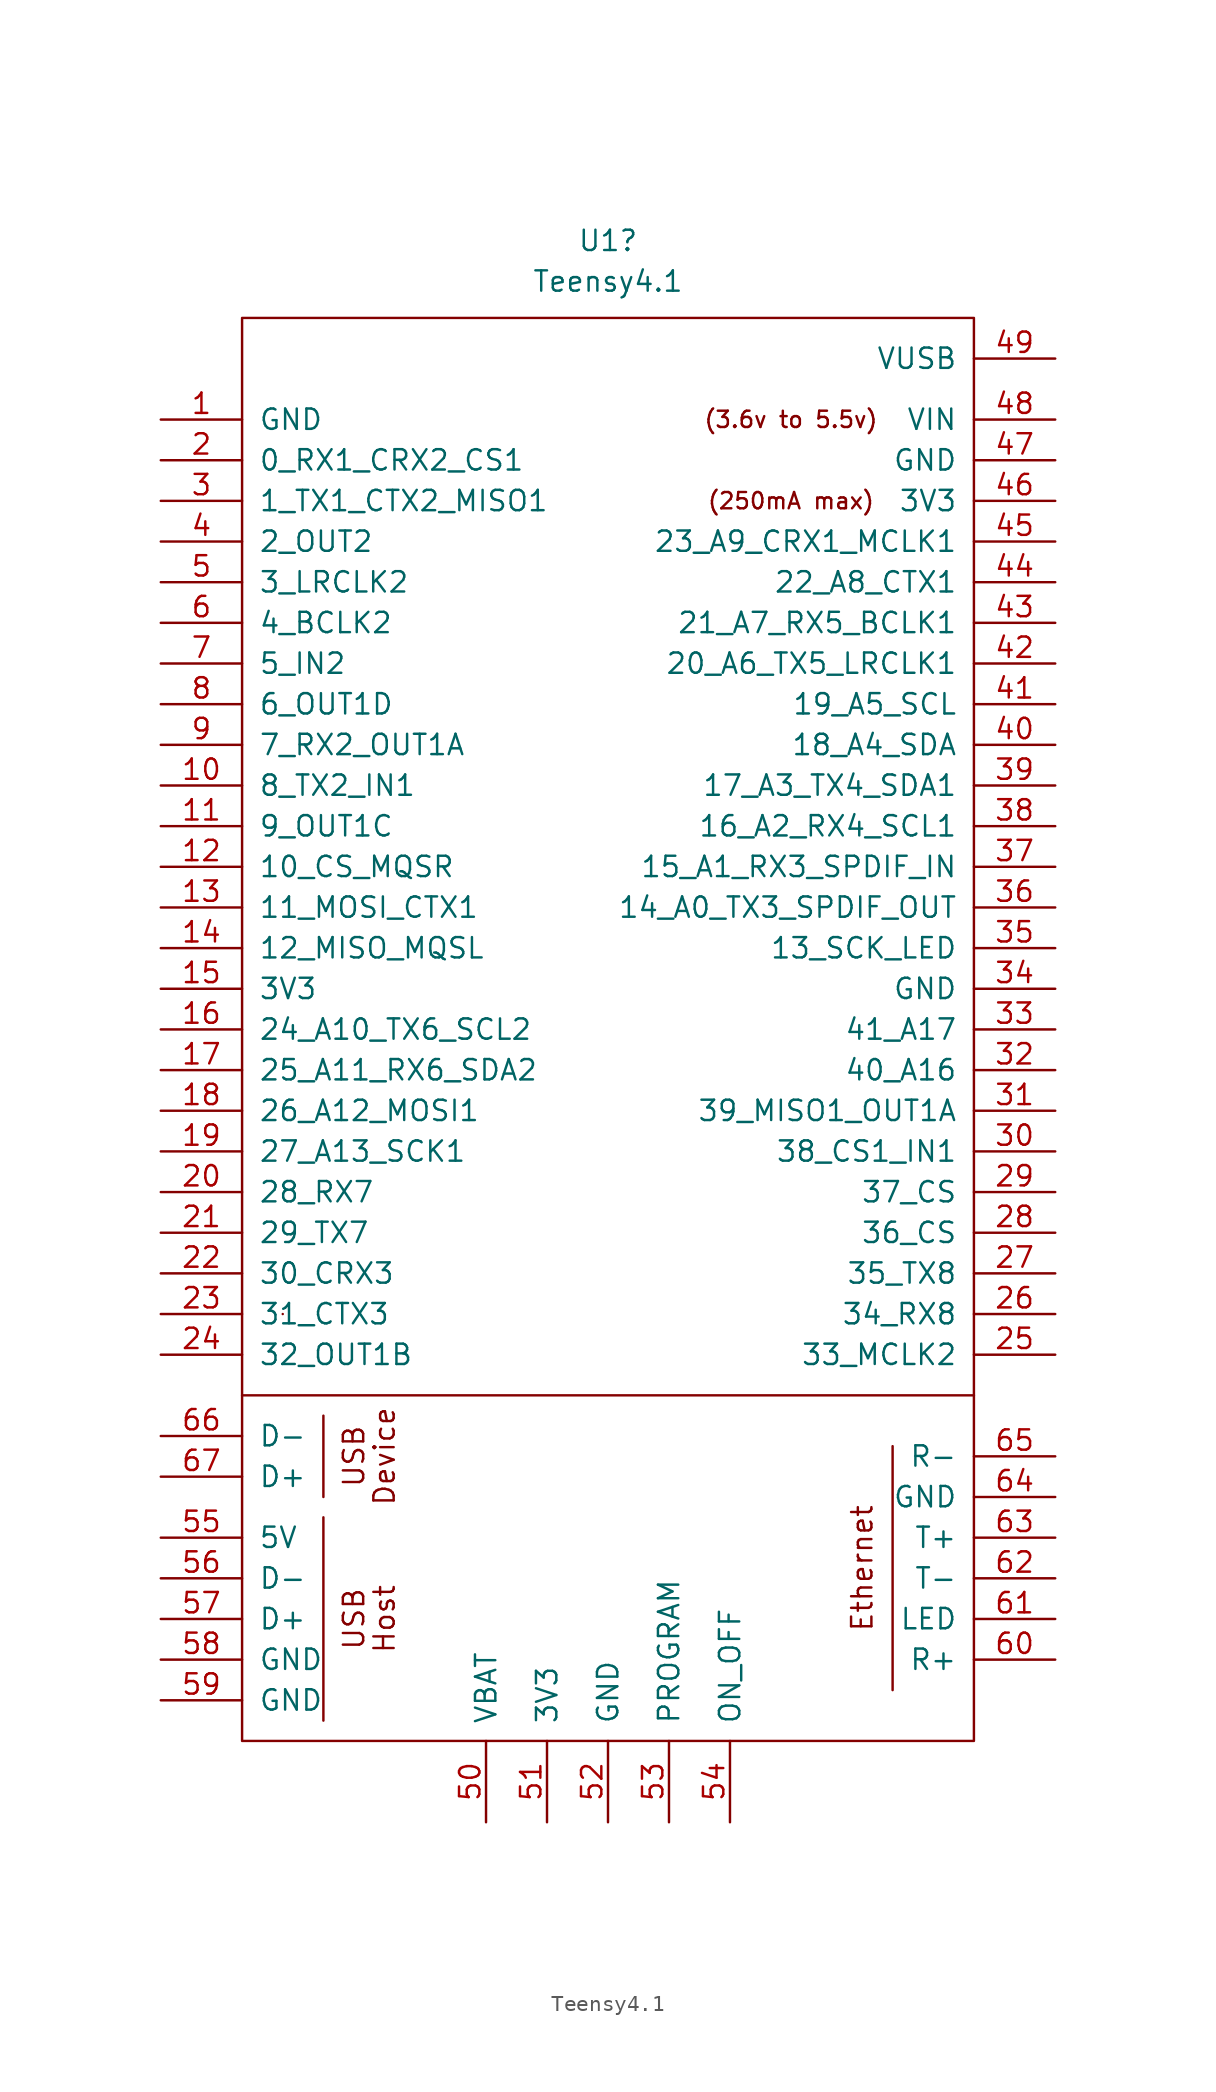
<source format=kicad_sym>
(kicad_symbol_lib
  (version 20231120)
  (generator "kicad_symbol_editor")
  (generator_version "8.0")
  (symbol "Teensy4.1"
    (pin_names
      (offset 1.016))
    (property "Reference" "U1"
      (at 0 65.782 0)
      (effects (font (size 1.27 1.27))))
    (property "Value" "Teensy4.1"
      (at 0 63.242 0)
      (effects (font (size 1.27 1.27))))
    (symbol "Teensy4.1_0_0"
      (polyline (pts (xy -22.86 -6.35) (xy 22.86 -6.35)) (stroke (width 0) (type default)) (fill (type none)))
      (polyline (pts (xy -17.78 -26.67) (xy -17.78 -13.97)) (stroke (width 0) (type default)) (fill (type none)))
      (polyline (pts (xy -17.78 -7.62) (xy -17.78 -12.7)) (stroke (width 0) (type default)) (fill (type none)))
      (polyline (pts (xy 17.78 -9.525) (xy 17.78 -24.765)) (stroke (width 0) (type default)) (fill (type none)))
      (text "(250mA max)" (at 11.43 49.53 0) (effects (font (size 1.016 1.016))))
      (text "(3.6v to 5.5v)" (at 11.43 54.61 0) (effects (font (size 1.016 1.016))))
      (text "Device" (at -13.97 -10.16 900) (effects (font (size 1.27 1.27))))
      (text "Ethernet" (at 15.875 -17.145 900) (effects (font (size 1.27 1.27))))
      (text "Host" (at -13.97 -20.32 900) (effects (font (size 1.27 1.27))))
      (text "USB" (at -15.875 -20.32 900) (effects (font (size 1.27 1.27))))
      (text "USB" (at -15.875 -10.16 900) (effects (font (size 1.27 1.27))))
      (pin bidirectional line (at -27.94 31.75 0) (length 5.08) (name "8_TX2_IN1" (effects (font (size 1.27 1.27)))) (number "10" (effects (font (size 1.27 1.27)))))
      (pin bidirectional line (at -27.94 29.21 0) (length 5.08) (name "9_OUT1C" (effects (font (size 1.27 1.27)))) (number "11" (effects (font (size 1.27 1.27)))))
      (pin bidirectional line (at -27.94 26.67 0) (length 5.08) (name "10_CS_MQSR" (effects (font (size 1.27 1.27)))) (number "12" (effects (font (size 1.27 1.27)))))
      (pin bidirectional line (at -27.94 24.13 0) (length 5.08) (name "11_MOSI_CTX1" (effects (font (size 1.27 1.27)))) (number "13" (effects (font (size 1.27 1.27)))))
      (pin bidirectional line (at -27.94 21.59 0) (length 5.08) (name "12_MISO_MQSL" (effects (font (size 1.27 1.27)))) (number "14" (effects (font (size 1.27 1.27)))))
      (pin power_in line (at -27.94 19.05 0) (length 5.08) (name "3V3" (effects (font (size 1.27 1.27)))) (number "15" (effects (font (size 1.27 1.27)))))
      (pin bidirectional line (at -27.94 16.51 0) (length 5.08) (name "24_A10_TX6_SCL2" (effects (font (size 1.27 1.27)))) (number "16" (effects (font (size 1.27 1.27)))))
      (pin bidirectional line (at -27.94 13.97 0) (length 5.08) (name "25_A11_RX6_SDA2" (effects (font (size 1.27 1.27)))) (number "17" (effects (font (size 1.27 1.27)))))
      (pin bidirectional line (at -27.94 11.43 0) (length 5.08) (name "26_A12_MOSI1" (effects (font (size 1.27 1.27)))) (number "18" (effects (font (size 1.27 1.27)))))
      (pin bidirectional line (at -27.94 8.89 0) (length 5.08) (name "27_A13_SCK1" (effects (font (size 1.27 1.27)))) (number "19" (effects (font (size 1.27 1.27)))))
      (pin bidirectional line (at -27.94 6.35 0) (length 5.08) (name "28_RX7" (effects (font (size 1.27 1.27)))) (number "20" (effects (font (size 1.27 1.27)))))
      (pin bidirectional line (at -27.94 3.81 0) (length 5.08) (name "29_TX7" (effects (font (size 1.27 1.27)))) (number "21" (effects (font (size 1.27 1.27)))))
      (pin bidirectional line (at -27.94 1.27 0) (length 5.08) (name "30_CRX3" (effects (font (size 1.27 1.27)))) (number "22" (effects (font (size 1.27 1.27)))))
      (pin bidirectional line (at -27.94 -1.27 0) (length 5.08) (name "31_CTX3" (effects (font (size 1.27 1.27)))) (number "23" (effects (font (size 1.27 1.27)))))
      (pin bidirectional line (at -27.94 -3.81 0) (length 5.08) (name "32_OUT1B" (effects (font (size 1.27 1.27)))) (number "24" (effects (font (size 1.27 1.27)))))
      (pin bidirectional line (at 27.94 -3.81 180) (length 5.08) (name "33_MCLK2" (effects (font (size 1.27 1.27)))) (number "25" (effects (font (size 1.27 1.27)))))
      (pin bidirectional line (at 27.94 -1.27 180) (length 5.08) (name "34_RX8" (effects (font (size 1.27 1.27)))) (number "26" (effects (font (size 1.27 1.27)))))
      (pin bidirectional line (at 27.94 1.27 180) (length 5.08) (name "35_TX8" (effects (font (size 1.27 1.27)))) (number "27" (effects (font (size 1.27 1.27)))))
      (pin bidirectional line (at 27.94 3.81 180) (length 5.08) (name "36_CS" (effects (font (size 1.27 1.27)))) (number "28" (effects (font (size 1.27 1.27)))))
      (pin bidirectional line (at 27.94 6.35 180) (length 5.08) (name "37_CS" (effects (font (size 1.27 1.27)))) (number "29" (effects (font (size 1.27 1.27)))))
      (pin bidirectional line (at 27.94 8.89 180) (length 5.08) (name "38_CS1_IN1" (effects (font (size 1.27 1.27)))) (number "30" (effects (font (size 1.27 1.27)))))
      (pin bidirectional line (at 27.94 11.43 180) (length 5.08) (name "39_MISO1_OUT1A" (effects (font (size 1.27 1.27)))) (number "31" (effects (font (size 1.27 1.27)))))
      (pin bidirectional line (at 27.94 13.97 180) (length 5.08) (name "40_A16" (effects (font (size 1.27 1.27)))) (number "32" (effects (font (size 1.27 1.27)))))
      (pin bidirectional line (at 27.94 16.51 180) (length 5.08) (name "41_A17" (effects (font (size 1.27 1.27)))) (number "33" (effects (font (size 1.27 1.27)))))
      (pin bidirectional line (at 27.94 21.59 180) (length 5.08) (name "13_SCK_LED" (effects (font (size 1.27 1.27)))) (number "35" (effects (font (size 1.27 1.27)))))
      (pin bidirectional line (at 27.94 24.13 180) (length 5.08) (name "14_A0_TX3_SPDIF_OUT" (effects (font (size 1.27 1.27)))) (number "36" (effects (font (size 1.27 1.27)))))
      (pin bidirectional line (at 27.94 26.67 180) (length 5.08) (name "15_A1_RX3_SPDIF_IN" (effects (font (size 1.27 1.27)))) (number "37" (effects (font (size 1.27 1.27)))))
      (pin bidirectional line (at 27.94 29.21 180) (length 5.08) (name "16_A2_RX4_SCL1" (effects (font (size 1.27 1.27)))) (number "38" (effects (font (size 1.27 1.27)))))
      (pin bidirectional line (at 27.94 31.75 180) (length 5.08) (name "17_A3_TX4_SDA1" (effects (font (size 1.27 1.27)))) (number "39" (effects (font (size 1.27 1.27)))))
      (pin bidirectional line (at 27.94 34.29 180) (length 5.08) (name "18_A4_SDA" (effects (font (size 1.27 1.27)))) (number "40" (effects (font (size 1.27 1.27)))))
      (pin bidirectional line (at 27.94 36.83 180) (length 5.08) (name "19_A5_SCL" (effects (font (size 1.27 1.27)))) (number "41" (effects (font (size 1.27 1.27)))))
      (pin bidirectional line (at 27.94 39.37 180) (length 5.08) (name "20_A6_TX5_LRCLK1" (effects (font (size 1.27 1.27)))) (number "42" (effects (font (size 1.27 1.27)))))
      (pin bidirectional line (at 27.94 41.91 180) (length 5.08) (name "21_A7_RX5_BCLK1" (effects (font (size 1.27 1.27)))) (number "43" (effects (font (size 1.27 1.27)))))
      (pin bidirectional line (at 27.94 44.45 180) (length 5.08) (name "22_A8_CTX1" (effects (font (size 1.27 1.27)))) (number "44" (effects (font (size 1.27 1.27)))))
      (pin bidirectional line (at 27.94 46.99 180) (length 5.08) (name "23_A9_CRX1_MCLK1" (effects (font (size 1.27 1.27)))) (number "45" (effects (font (size 1.27 1.27)))))
      (pin output line (at 27.94 49.53 180) (length 5.08) (name "3V3" (effects (font (size 1.27 1.27)))) (number "46" (effects (font (size 1.27 1.27)))))
      (pin output line (at 27.94 52.07 180) (length 5.08) (name "GND" (effects (font (size 1.27 1.27)))) (number "47" (effects (font (size 1.27 1.27)))))
      (pin power_in line (at 27.94 54.61 180) (length 5.08) (name "VIN" (effects (font (size 1.27 1.27)))) (number "48" (effects (font (size 1.27 1.27)))))
      (pin power_out line (at 27.94 58.42 180) (length 5.08) (name "VUSB" (effects (font (size 1.27 1.27)))) (number "49" (effects (font (size 1.27 1.27)))))
      (pin bidirectional line (at -27.94 44.45 0) (length 5.08) (name "3_LRCLK2" (effects (font (size 1.27 1.27)))) (number "5" (effects (font (size 1.27 1.27)))))
      (pin power_in line (at -7.62 -33.02 90) (length 5.08) (name "VBAT" (effects (font (size 1.27 1.27)))) (number "50" (effects (font (size 1.27 1.27)))))
      (pin power_in line (at -3.81 -33.02 90) (length 5.08) (name "3V3" (effects (font (size 1.27 1.27)))) (number "51" (effects (font (size 1.27 1.27)))))
      (pin input line (at 0 -33.02 90) (length 5.08) (name "GND" (effects (font (size 1.27 1.27)))) (number "52" (effects (font (size 1.27 1.27)))))
      (pin input line (at 3.81 -33.02 90) (length 5.08) (name "PROGRAM" (effects (font (size 1.27 1.27)))) (number "53" (effects (font (size 1.27 1.27)))))
      (pin input line (at 7.62 -33.02 90) (length 5.08) (name "ON_OFF" (effects (font (size 1.27 1.27)))) (number "54" (effects (font (size 1.27 1.27)))))
      (pin power_out line (at -27.94 -15.24 0) (length 5.08) (name "5V" (effects (font (size 1.27 1.27)))) (number "55" (effects (font (size 1.27 1.27)))))
      (pin bidirectional line (at -27.94 -17.78 0) (length 5.08) (name "D-" (effects (font (size 1.27 1.27)))) (number "56" (effects (font (size 1.27 1.27)))))
      (pin bidirectional line (at -27.94 -20.32 0) (length 5.08) (name "D+" (effects (font (size 1.27 1.27)))) (number "57" (effects (font (size 1.27 1.27)))))
      (pin power_in line (at -27.94 -22.86 0) (length 5.08) (name "GND" (effects (font (size 1.27 1.27)))) (number "58" (effects (font (size 1.27 1.27)))))
      (pin power_in line (at -27.94 -25.4 0) (length 5.08) (name "GND" (effects (font (size 1.27 1.27)))) (number "59" (effects (font (size 1.27 1.27)))))
      (pin bidirectional line (at -27.94 41.91 0) (length 5.08) (name "4_BCLK2" (effects (font (size 1.27 1.27)))) (number "6" (effects (font (size 1.27 1.27)))))
      (pin bidirectional line (at 27.94 -22.86 180) (length 5.08) (name "R+" (effects (font (size 1.27 1.27)))) (number "60" (effects (font (size 1.27 1.27)))))
      (pin bidirectional line (at 27.94 -20.32 180) (length 5.08) (name "LED" (effects (font (size 1.27 1.27)))) (number "61" (effects (font (size 1.27 1.27)))))
      (pin bidirectional line (at 27.94 -17.78 180) (length 5.08) (name "T-" (effects (font (size 1.27 1.27)))) (number "62" (effects (font (size 1.27 1.27)))))
      (pin bidirectional line (at 27.94 -15.24 180) (length 5.08) (name "T+" (effects (font (size 1.27 1.27)))) (number "63" (effects (font (size 1.27 1.27)))))
      (pin power_in line (at 27.94 -12.7 180) (length 5.08) (name "GND" (effects (font (size 1.27 1.27)))) (number "64" (effects (font (size 1.27 1.27)))))
      (pin bidirectional line (at 27.94 -10.16 180) (length 5.08) (name "R-" (effects (font (size 1.27 1.27)))) (number "65" (effects (font (size 1.27 1.27)))))
      (pin bidirectional line (at -27.94 -8.89 0) (length 5.08) (name "D-" (effects (font (size 1.27 1.27)))) (number "66" (effects (font (size 1.27 1.27)))))
      (pin bidirectional line (at -27.94 -11.43 0) (length 5.08) (name "D+" (effects (font (size 1.27 1.27)))) (number "67" (effects (font (size 1.27 1.27)))))
      (pin bidirectional line (at -27.94 39.37 0) (length 5.08) (name "5_IN2" (effects (font (size 1.27 1.27)))) (number "7" (effects (font (size 1.27 1.27)))))
      (pin bidirectional line (at -27.94 36.83 0) (length 5.08) (name "6_OUT1D" (effects (font (size 1.27 1.27)))) (number "8" (effects (font (size 1.27 1.27)))))
      (pin bidirectional line (at -27.94 34.29 0) (length 5.08) (name "7_RX2_OUT1A" (effects (font (size 1.27 1.27)))) (number "9" (effects (font (size 1.27 1.27))))))
    (symbol "Teensy4.1_0_1"
      (rectangle (start -22.86 60.96) (end 22.86 -27.94) (stroke (width 0) (type default)) (fill (type none)))
      (rectangle (start -20.32 -1.27) (end -20.32 -1.27) (stroke (width 0) (type default)) (fill (type none))))
    (symbol "Teensy4.1_1_1"
      (pin power_in line (at -27.94 54.61 0) (length 5.08) (name "GND" (effects (font (size 1.27 1.27)))) (number "1" (effects (font (size 1.27 1.27)))))
      (pin bidirectional line (at -27.94 52.07 0) (length 5.08) (name "0_RX1_CRX2_CS1" (effects (font (size 1.27 1.27)))) (number "2" (effects (font (size 1.27 1.27)))))
      (pin bidirectional line (at -27.94 49.53 0) (length 5.08) (name "1_TX1_CTX2_MISO1" (effects (font (size 1.27 1.27)))) (number "3" (effects (font (size 1.27 1.27)))))
      (pin power_in line (at 27.94 19.05 180) (length 5.08) (name "GND" (effects (font (size 1.27 1.27)))) (number "34" (effects (font (size 1.27 1.27)))))
      (pin bidirectional line (at -27.94 46.99 0) (length 5.08) (name "2_OUT2" (effects (font (size 1.27 1.27)))) (number "4" (effects (font (size 1.27 1.27))))))))
</source>
